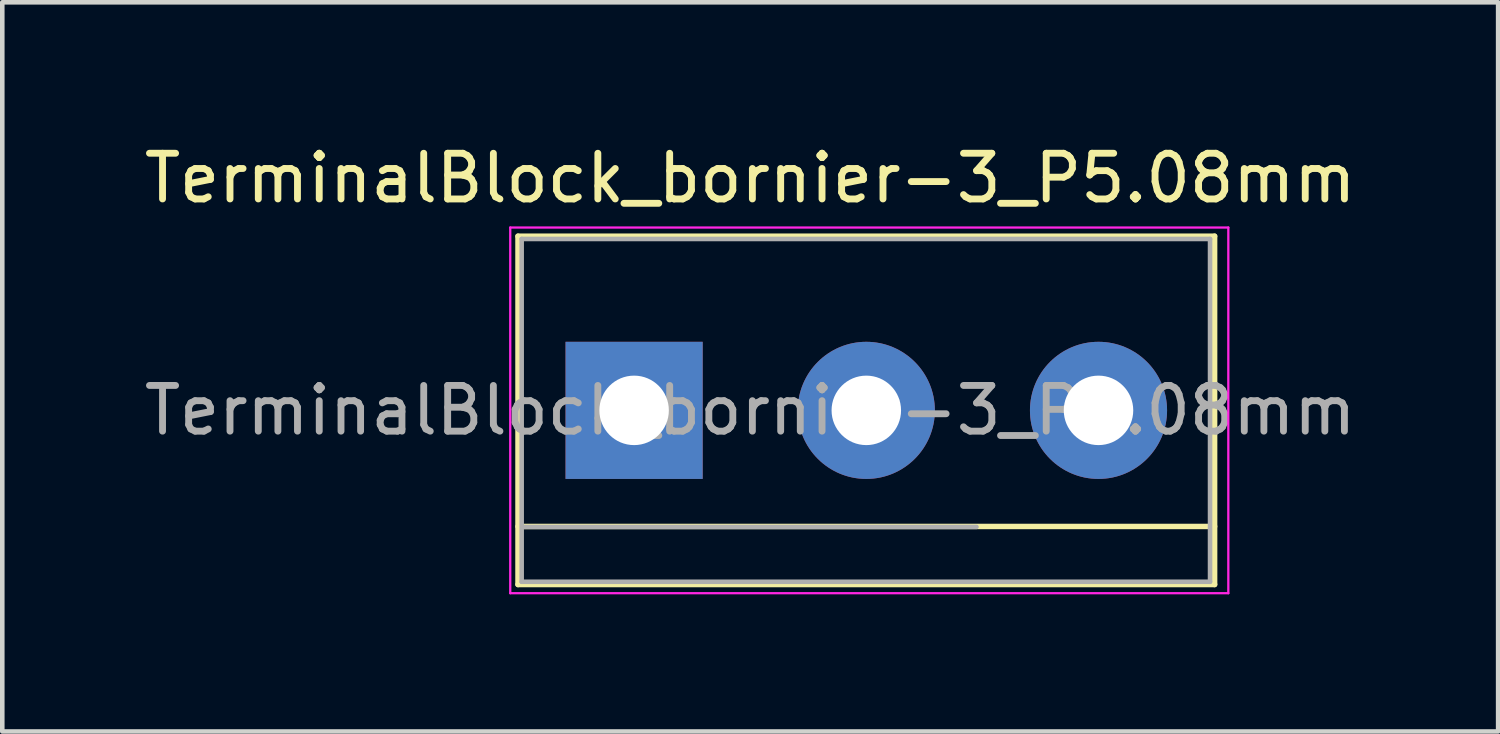
<source format=kicad_pcb>
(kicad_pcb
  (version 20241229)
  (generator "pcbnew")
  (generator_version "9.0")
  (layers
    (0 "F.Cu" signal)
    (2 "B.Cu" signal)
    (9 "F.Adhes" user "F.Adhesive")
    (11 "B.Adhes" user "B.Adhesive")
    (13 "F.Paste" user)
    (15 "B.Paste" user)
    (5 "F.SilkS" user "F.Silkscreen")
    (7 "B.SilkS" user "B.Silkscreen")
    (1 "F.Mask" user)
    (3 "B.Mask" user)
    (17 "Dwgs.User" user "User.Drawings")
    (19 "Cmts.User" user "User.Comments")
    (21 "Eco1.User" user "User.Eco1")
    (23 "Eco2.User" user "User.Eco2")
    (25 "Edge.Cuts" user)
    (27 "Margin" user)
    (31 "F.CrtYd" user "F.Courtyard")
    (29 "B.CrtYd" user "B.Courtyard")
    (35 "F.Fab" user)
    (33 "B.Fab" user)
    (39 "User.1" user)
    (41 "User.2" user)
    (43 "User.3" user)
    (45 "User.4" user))
  (footprint "TerminalBlock_bornier-3_P5.08mm"
    (layer "F.Cu")
    (at 15.903 5.928)
    (property "Reference" "TerminalBlock_bornier-3_P5.08mm" (at -2.54 -5.08 0) (layer "F.SilkS") (effects (font (size 1 1) (thickness 0.15))))
    (attr through_hole)
    (fp_line (start -7.62 -3.81) (end -7.62 3.81) (stroke (width 0.12) (type solid)) (layer "F.SilkS"))
    (fp_line (start -7.62 3.81) (end 7.62 3.81) (stroke (width 0.12) (type solid)) (layer "F.SilkS"))
    (fp_line (start 7.62 -3.81) (end -7.62 -3.81) (stroke (width 0.12) (type solid)) (layer "F.SilkS"))
    (fp_line (start 7.62 2.54) (end -7.62 2.54) (stroke (width 0.12) (type solid)) (layer "F.SilkS"))
    (fp_line (start 7.62 3.81) (end 7.62 -3.81) (stroke (width 0.12) (type solid)) (layer "F.SilkS"))
    (fp_line (start -7.79 -4) (end -7.79 4) (stroke (width 0.05) (type solid)) (layer "F.CrtYd"))
    (fp_line (start -7.79 -4) (end 7.92 -4) (stroke (width 0.05) (type solid)) (layer "F.CrtYd"))
    (fp_line (start 7.92 4) (end -7.79 4) (stroke (width 0.05) (type solid)) (layer "F.CrtYd"))
    (fp_line (start 7.92 4) (end 7.92 -4) (stroke (width 0.05) (type solid)) (layer "F.CrtYd"))
    (fp_line (start -7.54 -3.75) (end -7.54 3.75) (stroke (width 0.1) (type solid)) (layer "F.Fab"))
    (fp_line (start -7.54 3.75) (end 7.52 3.75) (stroke (width 0.1) (type solid)) (layer "F.Fab"))
    (fp_line (start -7.49 2.55) (end 2.41 2.55) (stroke (width 0.1) (type solid)) (layer "F.Fab"))
    (fp_line (start 7.52 -3.75) (end -7.54 -3.75) (stroke (width 0.1) (type solid)) (layer "F.Fab"))
    (fp_line (start 7.52 3.75) (end 7.52 -3.75) (stroke (width 0.1) (type solid)) (layer "F.Fab"))
    (fp_text user "${REFERENCE}" (at -2.54 0 0) (layer "F.Fab") (effects (font (size 1 1) (thickness 0.15))))
    (pad "1" thru_hole rect (at -5.08 0) (size 3 3) (drill 1.52) (layers "*.Cu" "*.Mask"))
    (pad "2" thru_hole circle (at 0 0) (size 3 3) (drill 1.52) (layers "*.Cu" "*.Mask"))
    (pad "3" thru_hole circle (at 5.08 0) (size 3 3) (drill 1.52) (layers "*.Cu" "*.Mask")))
  (gr_rect
    (start -3 -3)
    (end 29.726 12.953)
    (stroke (width 0.1) (type default))
    (fill no)
    (layer "Edge.Cuts")))
</source>
